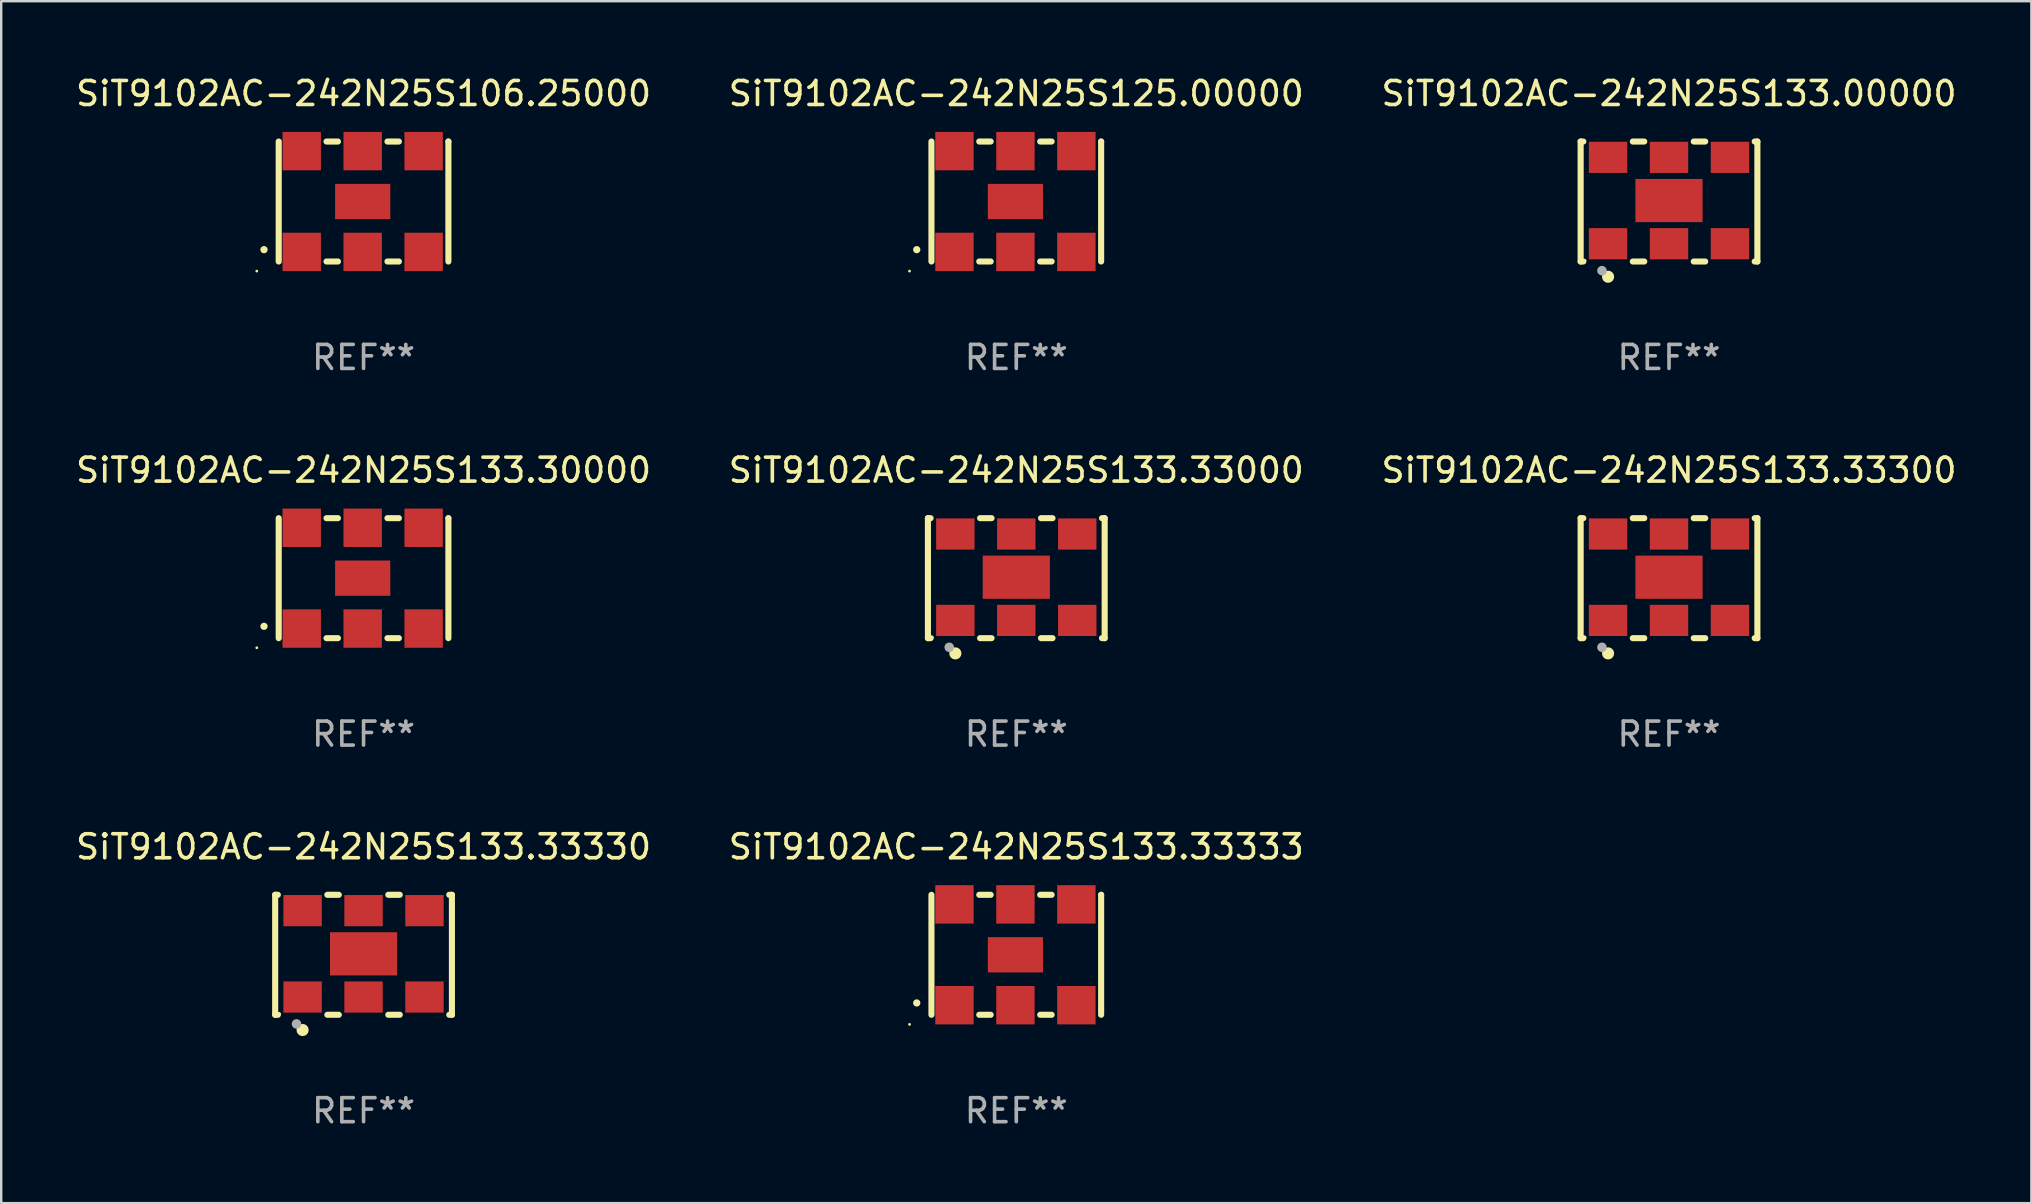
<source format=kicad_pcb>
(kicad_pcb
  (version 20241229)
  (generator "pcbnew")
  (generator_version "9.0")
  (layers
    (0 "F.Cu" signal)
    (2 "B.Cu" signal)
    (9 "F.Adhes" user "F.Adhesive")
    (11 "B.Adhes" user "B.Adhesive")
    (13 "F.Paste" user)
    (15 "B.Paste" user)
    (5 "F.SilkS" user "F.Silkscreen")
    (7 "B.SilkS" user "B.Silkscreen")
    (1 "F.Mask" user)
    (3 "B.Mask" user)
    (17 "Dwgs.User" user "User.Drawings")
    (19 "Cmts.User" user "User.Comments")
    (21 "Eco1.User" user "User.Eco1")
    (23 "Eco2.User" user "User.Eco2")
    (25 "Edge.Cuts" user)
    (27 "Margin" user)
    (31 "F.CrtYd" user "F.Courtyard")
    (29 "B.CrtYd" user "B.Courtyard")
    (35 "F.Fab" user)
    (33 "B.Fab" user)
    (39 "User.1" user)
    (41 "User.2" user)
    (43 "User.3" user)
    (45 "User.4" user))
  (footprint "SiT9102AC-242N25S125.00000"
    (layer "F.Cu")
    (at 39.304 5.348)
    (property "Reference" "SiT9102AC-242N25S125.00000" (at 0 -4.5 0) (layer "F.SilkS") (effects (font (size 1 1) (thickness 0.15))))
    (attr through_hole)
    (fp_line (start -3.536 -2.5) (end -3.536 2.5) (stroke (width 0.254) (type solid)) (layer "F.SilkS"))
    (fp_line (start -1.544 2.5) (end -1.067 2.5) (stroke (width 0.254) (type solid)) (layer "F.SilkS"))
    (fp_line (start -1.067 -2.5) (end -1.544 -2.5) (stroke (width 0.254) (type solid)) (layer "F.SilkS"))
    (fp_line (start 0.996 2.5) (end 1.473 2.5) (stroke (width 0.254) (type solid)) (layer "F.SilkS"))
    (fp_line (start 1.473 -2.5) (end 0.996 -2.5) (stroke (width 0.254) (type solid)) (layer "F.SilkS"))
    (fp_line (start 3.536 -2.5) (end 3.536 -2.5) (stroke (width 0.254) (type solid)) (layer "F.SilkS"))
    (fp_line (start 3.536 2.5) (end 3.536 -2.5) (stroke (width 0.254) (type solid)) (layer "F.SilkS"))
    (fp_arc (start -4.150432 2.006604) (mid -4.149162 2.006599) (end -4.147892 2.006604) (stroke (width 0.3) (type solid)) (layer "F.SilkS"))
    (fp_circle (center -4.449 2.9) (end -4.419 2.9) (stroke (width 0.06) (type solid)) (fill no) (layer "F.SilkS"))
    (fp_text user "REF**" (at 0 6.5 0) (layer "F.Fab") (effects (font (size 1 1) (thickness 0.15))))
    (pad "1" smd rect (at -2.576 2.1) (size 1.6 1.6) (layers "F.Cu" "F.Mask" "F.Paste"))
    (pad "2" smd rect (at -0.036 2.1) (size 1.6 1.6) (layers "F.Cu" "F.Mask" "F.Paste"))
    (pad "3" smd rect (at 2.504 2.1) (size 1.6 1.6) (layers "F.Cu" "F.Mask" "F.Paste"))
    (pad "4" smd rect (at 2.504 -2.1) (size 1.6 1.6) (layers "F.Cu" "F.Mask" "F.Paste"))
    (pad "5" smd rect (at -0.036 -2.1) (size 1.6 1.6) (layers "F.Cu" "F.Mask" "F.Paste"))
    (pad "6" smd rect (at -2.576 -2.1) (size 1.6 1.6) (layers "F.Cu" "F.Mask" "F.Paste"))
    (pad "7" smd rect (at -0.036 0) (size 2.3 1.47) (layers "F.Cu" "F.Mask" "F.Paste")))
  (footprint "SiT9102AC-242N25S133.33333"
    (layer "F.Cu")
    (at 39.304 36.741)
    (property "Reference" "SiT9102AC-242N25S133.33333" (at 0 -4.5 0) (layer "F.SilkS") (effects (font (size 1 1) (thickness 0.15))))
    (attr through_hole)
    (fp_line (start -3.536 -2.5) (end -3.536 2.5) (stroke (width 0.254) (type solid)) (layer "F.SilkS"))
    (fp_line (start -1.544 2.5) (end -1.067 2.5) (stroke (width 0.254) (type solid)) (layer "F.SilkS"))
    (fp_line (start -1.067 -2.5) (end -1.544 -2.5) (stroke (width 0.254) (type solid)) (layer "F.SilkS"))
    (fp_line (start 0.996 2.5) (end 1.473 2.5) (stroke (width 0.254) (type solid)) (layer "F.SilkS"))
    (fp_line (start 1.473 -2.5) (end 0.996 -2.5) (stroke (width 0.254) (type solid)) (layer "F.SilkS"))
    (fp_line (start 3.536 -2.5) (end 3.536 -2.5) (stroke (width 0.254) (type solid)) (layer "F.SilkS"))
    (fp_line (start 3.536 2.5) (end 3.536 -2.5) (stroke (width 0.254) (type solid)) (layer "F.SilkS"))
    (fp_arc (start -4.150432 2.006604) (mid -4.149162 2.006599) (end -4.147892 2.006604) (stroke (width 0.3) (type solid)) (layer "F.SilkS"))
    (fp_circle (center -4.449 2.9) (end -4.419 2.9) (stroke (width 0.06) (type solid)) (fill no) (layer "F.SilkS"))
    (fp_text user "REF**" (at 0 6.5 0) (layer "F.Fab") (effects (font (size 1 1) (thickness 0.15))))
    (pad "1" smd rect (at -2.576 2.1) (size 1.6 1.6) (layers "F.Cu" "F.Mask" "F.Paste"))
    (pad "2" smd rect (at -0.036 2.1) (size 1.6 1.6) (layers "F.Cu" "F.Mask" "F.Paste"))
    (pad "3" smd rect (at 2.504 2.1) (size 1.6 1.6) (layers "F.Cu" "F.Mask" "F.Paste"))
    (pad "4" smd rect (at 2.504 -2.1) (size 1.6 1.6) (layers "F.Cu" "F.Mask" "F.Paste"))
    (pad "5" smd rect (at -0.036 -2.1) (size 1.6 1.6) (layers "F.Cu" "F.Mask" "F.Paste"))
    (pad "6" smd rect (at -2.576 -2.1) (size 1.6 1.6) (layers "F.Cu" "F.Mask" "F.Paste"))
    (pad "7" smd rect (at -0.036 0) (size 2.3 1.47) (layers "F.Cu" "F.Mask" "F.Paste")))
  (footprint "SiT9102AC-242N25S133.00000"
    (layer "F.Cu")
    (at 66.506 5.348)
    (property "Reference" "SiT9102AC-242N25S133.00000" (at 0 -4.5 0) (layer "F.SilkS") (effects (font (size 1 1) (thickness 0.15))))
    (attr through_hole)
    (fp_line (start -3.683 -2.5) (end -3.571 -2.5) (stroke (width 0.254) (type solid)) (layer "F.SilkS"))
    (fp_line (start -3.683 2.5) (end -3.683 -2.5) (stroke (width 0.254) (type solid)) (layer "F.SilkS"))
    (fp_line (start -3.683 2.5) (end -3.571 2.5) (stroke (width 0.254) (type solid)) (layer "F.SilkS"))
    (fp_line (start -1.509 -2.5) (end -1.031 -2.5) (stroke (width 0.254) (type solid)) (layer "F.SilkS"))
    (fp_line (start -1.509 2.5) (end -1.031 2.5) (stroke (width 0.254) (type solid)) (layer "F.SilkS"))
    (fp_line (start 1.031 -2.5) (end 1.509 -2.5) (stroke (width 0.254) (type solid)) (layer "F.SilkS"))
    (fp_line (start 1.031 2.5) (end 1.509 2.5) (stroke (width 0.254) (type solid)) (layer "F.SilkS"))
    (fp_line (start 3.571 -2.5) (end 3.683 -2.5) (stroke (width 0.254) (type solid)) (layer "F.SilkS"))
    (fp_line (start 3.571 2.5) (end 3.683 2.5) (stroke (width 0.254) (type solid)) (layer "F.SilkS"))
    (fp_line (start 3.683 2.5) (end 3.683 -2.5) (stroke (width 0.254) (type solid)) (layer "F.SilkS"))
    (fp_circle (center -3.5 2.46) (end -3.47 2.46) (stroke (width 0.06) (type solid)) (fill no) (layer "F.SilkS"))
    (fp_circle (center -2.54 3.135) (end -2.413 3.135) (stroke (width 0.254) (type solid)) (fill no) (layer "F.SilkS"))
    (fp_circle (center -2.794 2.881) (end -2.694 2.881) (stroke (width 0.2) (type solid)) (fill no) (layer "F.Fab"))
    (fp_text user "REF**" (at 0 6.5 0) (layer "F.Fab") (effects (font (size 1 1) (thickness 0.15))))
    (pad "1" smd rect (at -2.54 1.76) (size 1.6 1.3) (layers "F.Cu" "F.Mask" "F.Paste"))
    (pad "2" smd rect (at 0 1.76) (size 1.6 1.3) (layers "F.Cu" "F.Mask" "F.Paste"))
    (pad "3" smd rect (at 2.54 1.76) (size 1.6 1.3) (layers "F.Cu" "F.Mask" "F.Paste"))
    (pad "4" smd rect (at 2.54 -1.84) (size 1.6 1.3) (layers "F.Cu" "F.Mask" "F.Paste"))
    (pad "5" smd rect (at 0 -1.84) (size 1.6 1.3) (layers "F.Cu" "F.Mask" "F.Paste"))
    (pad "6" smd rect (at -2.54 -1.84) (size 1.6 1.3) (layers "F.Cu" "F.Mask" "F.Paste"))
    (pad "7" smd rect (at 0 -0.04) (size 2.8 1.8) (layers "F.Cu" "F.Mask" "F.Paste")))
  (footprint "SiT9102AC-242N25S133.33330"
    (layer "F.Cu")
    (at 12.101 36.741)
    (property "Reference" "SiT9102AC-242N25S133.33330" (at 0 -4.5 0) (layer "F.SilkS") (effects (font (size 1 1) (thickness 0.15))))
    (attr through_hole)
    (fp_line (start -3.683 -2.5) (end -3.571 -2.5) (stroke (width 0.254) (type solid)) (layer "F.SilkS"))
    (fp_line (start -3.683 2.5) (end -3.683 -2.5) (stroke (width 0.254) (type solid)) (layer "F.SilkS"))
    (fp_line (start -3.683 2.5) (end -3.571 2.5) (stroke (width 0.254) (type solid)) (layer "F.SilkS"))
    (fp_line (start -1.509 -2.5) (end -1.031 -2.5) (stroke (width 0.254) (type solid)) (layer "F.SilkS"))
    (fp_line (start -1.509 2.5) (end -1.031 2.5) (stroke (width 0.254) (type solid)) (layer "F.SilkS"))
    (fp_line (start 1.031 -2.5) (end 1.509 -2.5) (stroke (width 0.254) (type solid)) (layer "F.SilkS"))
    (fp_line (start 1.031 2.5) (end 1.509 2.5) (stroke (width 0.254) (type solid)) (layer "F.SilkS"))
    (fp_line (start 3.571 -2.5) (end 3.683 -2.5) (stroke (width 0.254) (type solid)) (layer "F.SilkS"))
    (fp_line (start 3.571 2.5) (end 3.683 2.5) (stroke (width 0.254) (type solid)) (layer "F.SilkS"))
    (fp_line (start 3.683 2.5) (end 3.683 -2.5) (stroke (width 0.254) (type solid)) (layer "F.SilkS"))
    (fp_circle (center -3.5 2.46) (end -3.47 2.46) (stroke (width 0.06) (type solid)) (fill no) (layer "F.SilkS"))
    (fp_circle (center -2.54 3.135) (end -2.413 3.135) (stroke (width 0.254) (type solid)) (fill no) (layer "F.SilkS"))
    (fp_circle (center -2.794 2.881) (end -2.694 2.881) (stroke (width 0.2) (type solid)) (fill no) (layer "F.Fab"))
    (fp_text user "REF**" (at 0 6.5 0) (layer "F.Fab") (effects (font (size 1 1) (thickness 0.15))))
    (pad "1" smd rect (at -2.54 1.76) (size 1.6 1.3) (layers "F.Cu" "F.Mask" "F.Paste"))
    (pad "2" smd rect (at 0 1.76) (size 1.6 1.3) (layers "F.Cu" "F.Mask" "F.Paste"))
    (pad "3" smd rect (at 2.54 1.76) (size 1.6 1.3) (layers "F.Cu" "F.Mask" "F.Paste"))
    (pad "4" smd rect (at 2.54 -1.84) (size 1.6 1.3) (layers "F.Cu" "F.Mask" "F.Paste"))
    (pad "5" smd rect (at 0 -1.84) (size 1.6 1.3) (layers "F.Cu" "F.Mask" "F.Paste"))
    (pad "6" smd rect (at -2.54 -1.84) (size 1.6 1.3) (layers "F.Cu" "F.Mask" "F.Paste"))
    (pad "7" smd rect (at 0 -0.04) (size 2.8 1.8) (layers "F.Cu" "F.Mask" "F.Paste")))
  (footprint "SiT9102AC-242N25S106.25000"
    (layer "F.Cu")
    (at 12.101 5.348)
    (property "Reference" "SiT9102AC-242N25S106.25000" (at 0 -4.5 0) (layer "F.SilkS") (effects (font (size 1 1) (thickness 0.15))))
    (attr through_hole)
    (fp_line (start -3.536 -2.5) (end -3.536 2.5) (stroke (width 0.254) (type solid)) (layer "F.SilkS"))
    (fp_line (start -1.544 2.5) (end -1.067 2.5) (stroke (width 0.254) (type solid)) (layer "F.SilkS"))
    (fp_line (start -1.067 -2.5) (end -1.544 -2.5) (stroke (width 0.254) (type solid)) (layer "F.SilkS"))
    (fp_line (start 0.996 2.5) (end 1.473 2.5) (stroke (width 0.254) (type solid)) (layer "F.SilkS"))
    (fp_line (start 1.473 -2.5) (end 0.996 -2.5) (stroke (width 0.254) (type solid)) (layer "F.SilkS"))
    (fp_line (start 3.536 -2.5) (end 3.536 -2.5) (stroke (width 0.254) (type solid)) (layer "F.SilkS"))
    (fp_line (start 3.536 2.5) (end 3.536 -2.5) (stroke (width 0.254) (type solid)) (layer "F.SilkS"))
    (fp_arc (start -4.150432 2.006604) (mid -4.149162 2.006599) (end -4.147892 2.006604) (stroke (width 0.3) (type solid)) (layer "F.SilkS"))
    (fp_circle (center -4.449 2.9) (end -4.419 2.9) (stroke (width 0.06) (type solid)) (fill no) (layer "F.SilkS"))
    (fp_text user "REF**" (at 0 6.5 0) (layer "F.Fab") (effects (font (size 1 1) (thickness 0.15))))
    (pad "1" smd rect (at -2.576 2.1) (size 1.6 1.6) (layers "F.Cu" "F.Mask" "F.Paste"))
    (pad "2" smd rect (at -0.036 2.1) (size 1.6 1.6) (layers "F.Cu" "F.Mask" "F.Paste"))
    (pad "3" smd rect (at 2.504 2.1) (size 1.6 1.6) (layers "F.Cu" "F.Mask" "F.Paste"))
    (pad "4" smd rect (at 2.504 -2.1) (size 1.6 1.6) (layers "F.Cu" "F.Mask" "F.Paste"))
    (pad "5" smd rect (at -0.036 -2.1) (size 1.6 1.6) (layers "F.Cu" "F.Mask" "F.Paste"))
    (pad "6" smd rect (at -2.576 -2.1) (size 1.6 1.6) (layers "F.Cu" "F.Mask" "F.Paste"))
    (pad "7" smd rect (at -0.036 0) (size 2.3 1.47) (layers "F.Cu" "F.Mask" "F.Paste")))
  (footprint "SiT9102AC-242N25S133.30000"
    (layer "F.Cu")
    (at 12.101 21.045)
    (property "Reference" "SiT9102AC-242N25S133.30000" (at 0 -4.5 0) (layer "F.SilkS") (effects (font (size 1 1) (thickness 0.15))))
    (attr through_hole)
    (fp_line (start -3.536 -2.5) (end -3.536 2.5) (stroke (width 0.254) (type solid)) (layer "F.SilkS"))
    (fp_line (start -1.544 2.5) (end -1.067 2.5) (stroke (width 0.254) (type solid)) (layer "F.SilkS"))
    (fp_line (start -1.067 -2.5) (end -1.544 -2.5) (stroke (width 0.254) (type solid)) (layer "F.SilkS"))
    (fp_line (start 0.996 2.5) (end 1.473 2.5) (stroke (width 0.254) (type solid)) (layer "F.SilkS"))
    (fp_line (start 1.473 -2.5) (end 0.996 -2.5) (stroke (width 0.254) (type solid)) (layer "F.SilkS"))
    (fp_line (start 3.536 -2.5) (end 3.536 -2.5) (stroke (width 0.254) (type solid)) (layer "F.SilkS"))
    (fp_line (start 3.536 2.5) (end 3.536 -2.5) (stroke (width 0.254) (type solid)) (layer "F.SilkS"))
    (fp_arc (start -4.150432 2.006604) (mid -4.149162 2.006599) (end -4.147892 2.006604) (stroke (width 0.3) (type solid)) (layer "F.SilkS"))
    (fp_circle (center -4.449 2.9) (end -4.419 2.9) (stroke (width 0.06) (type solid)) (fill no) (layer "F.SilkS"))
    (fp_text user "REF**" (at 0 6.5 0) (layer "F.Fab") (effects (font (size 1 1) (thickness 0.15))))
    (pad "1" smd rect (at -2.576 2.1) (size 1.6 1.6) (layers "F.Cu" "F.Mask" "F.Paste"))
    (pad "2" smd rect (at -0.036 2.1) (size 1.6 1.6) (layers "F.Cu" "F.Mask" "F.Paste"))
    (pad "3" smd rect (at 2.504 2.1) (size 1.6 1.6) (layers "F.Cu" "F.Mask" "F.Paste"))
    (pad "4" smd rect (at 2.504 -2.1) (size 1.6 1.6) (layers "F.Cu" "F.Mask" "F.Paste"))
    (pad "5" smd rect (at -0.036 -2.1) (size 1.6 1.6) (layers "F.Cu" "F.Mask" "F.Paste"))
    (pad "6" smd rect (at -2.576 -2.1) (size 1.6 1.6) (layers "F.Cu" "F.Mask" "F.Paste"))
    (pad "7" smd rect (at -0.036 0) (size 2.3 1.47) (layers "F.Cu" "F.Mask" "F.Paste")))
  (footprint "SiT9102AC-242N25S133.33000"
    (layer "F.Cu")
    (at 39.304 21.045)
    (property "Reference" "SiT9102AC-242N25S133.33000" (at 0 -4.5 0) (layer "F.SilkS") (effects (font (size 1 1) (thickness 0.15))))
    (attr through_hole)
    (fp_line (start -3.683 -2.5) (end -3.571 -2.5) (stroke (width 0.254) (type solid)) (layer "F.SilkS"))
    (fp_line (start -3.683 2.5) (end -3.683 -2.5) (stroke (width 0.254) (type solid)) (layer "F.SilkS"))
    (fp_line (start -3.683 2.5) (end -3.571 2.5) (stroke (width 0.254) (type solid)) (layer "F.SilkS"))
    (fp_line (start -1.509 -2.5) (end -1.031 -2.5) (stroke (width 0.254) (type solid)) (layer "F.SilkS"))
    (fp_line (start -1.509 2.5) (end -1.031 2.5) (stroke (width 0.254) (type solid)) (layer "F.SilkS"))
    (fp_line (start 1.031 -2.5) (end 1.509 -2.5) (stroke (width 0.254) (type solid)) (layer "F.SilkS"))
    (fp_line (start 1.031 2.5) (end 1.509 2.5) (stroke (width 0.254) (type solid)) (layer "F.SilkS"))
    (fp_line (start 3.571 -2.5) (end 3.683 -2.5) (stroke (width 0.254) (type solid)) (layer "F.SilkS"))
    (fp_line (start 3.571 2.5) (end 3.683 2.5) (stroke (width 0.254) (type solid)) (layer "F.SilkS"))
    (fp_line (start 3.683 2.5) (end 3.683 -2.5) (stroke (width 0.254) (type solid)) (layer "F.SilkS"))
    (fp_circle (center -3.5 2.46) (end -3.47 2.46) (stroke (width 0.06) (type solid)) (fill no) (layer "F.SilkS"))
    (fp_circle (center -2.54 3.135) (end -2.413 3.135) (stroke (width 0.254) (type solid)) (fill no) (layer "F.SilkS"))
    (fp_circle (center -2.794 2.881) (end -2.694 2.881) (stroke (width 0.2) (type solid)) (fill no) (layer "F.Fab"))
    (fp_text user "REF**" (at 0 6.5 0) (layer "F.Fab") (effects (font (size 1 1) (thickness 0.15))))
    (pad "1" smd rect (at -2.54 1.76) (size 1.6 1.3) (layers "F.Cu" "F.Mask" "F.Paste"))
    (pad "2" smd rect (at 0 1.76) (size 1.6 1.3) (layers "F.Cu" "F.Mask" "F.Paste"))
    (pad "3" smd rect (at 2.54 1.76) (size 1.6 1.3) (layers "F.Cu" "F.Mask" "F.Paste"))
    (pad "4" smd rect (at 2.54 -1.84) (size 1.6 1.3) (layers "F.Cu" "F.Mask" "F.Paste"))
    (pad "5" smd rect (at 0 -1.84) (size 1.6 1.3) (layers "F.Cu" "F.Mask" "F.Paste"))
    (pad "6" smd rect (at -2.54 -1.84) (size 1.6 1.3) (layers "F.Cu" "F.Mask" "F.Paste"))
    (pad "7" smd rect (at 0 -0.04) (size 2.8 1.8) (layers "F.Cu" "F.Mask" "F.Paste")))
  (footprint "SiT9102AC-242N25S133.33300"
    (layer "F.Cu")
    (at 66.506 21.045)
    (property "Reference" "SiT9102AC-242N25S133.33300" (at 0 -4.5 0) (layer "F.SilkS") (effects (font (size 1 1) (thickness 0.15))))
    (attr through_hole)
    (fp_line (start -3.683 -2.5) (end -3.571 -2.5) (stroke (width 0.254) (type solid)) (layer "F.SilkS"))
    (fp_line (start -3.683 2.5) (end -3.683 -2.5) (stroke (width 0.254) (type solid)) (layer "F.SilkS"))
    (fp_line (start -3.683 2.5) (end -3.571 2.5) (stroke (width 0.254) (type solid)) (layer "F.SilkS"))
    (fp_line (start -1.509 -2.5) (end -1.031 -2.5) (stroke (width 0.254) (type solid)) (layer "F.SilkS"))
    (fp_line (start -1.509 2.5) (end -1.031 2.5) (stroke (width 0.254) (type solid)) (layer "F.SilkS"))
    (fp_line (start 1.031 -2.5) (end 1.509 -2.5) (stroke (width 0.254) (type solid)) (layer "F.SilkS"))
    (fp_line (start 1.031 2.5) (end 1.509 2.5) (stroke (width 0.254) (type solid)) (layer "F.SilkS"))
    (fp_line (start 3.571 -2.5) (end 3.683 -2.5) (stroke (width 0.254) (type solid)) (layer "F.SilkS"))
    (fp_line (start 3.571 2.5) (end 3.683 2.5) (stroke (width 0.254) (type solid)) (layer "F.SilkS"))
    (fp_line (start 3.683 2.5) (end 3.683 -2.5) (stroke (width 0.254) (type solid)) (layer "F.SilkS"))
    (fp_circle (center -3.5 2.46) (end -3.47 2.46) (stroke (width 0.06) (type solid)) (fill no) (layer "F.SilkS"))
    (fp_circle (center -2.54 3.135) (end -2.413 3.135) (stroke (width 0.254) (type solid)) (fill no) (layer "F.SilkS"))
    (fp_circle (center -2.794 2.881) (end -2.694 2.881) (stroke (width 0.2) (type solid)) (fill no) (layer "F.Fab"))
    (fp_text user "REF**" (at 0 6.5 0) (layer "F.Fab") (effects (font (size 1 1) (thickness 0.15))))
    (pad "1" smd rect (at -2.54 1.76) (size 1.6 1.3) (layers "F.Cu" "F.Mask" "F.Paste"))
    (pad "2" smd rect (at 0 1.76) (size 1.6 1.3) (layers "F.Cu" "F.Mask" "F.Paste"))
    (pad "3" smd rect (at 2.54 1.76) (size 1.6 1.3) (layers "F.Cu" "F.Mask" "F.Paste"))
    (pad "4" smd rect (at 2.54 -1.84) (size 1.6 1.3) (layers "F.Cu" "F.Mask" "F.Paste"))
    (pad "5" smd rect (at 0 -1.84) (size 1.6 1.3) (layers "F.Cu" "F.Mask" "F.Paste"))
    (pad "6" smd rect (at -2.54 -1.84) (size 1.6 1.3) (layers "F.Cu" "F.Mask" "F.Paste"))
    (pad "7" smd rect (at 0 -0.04) (size 2.8 1.8) (layers "F.Cu" "F.Mask" "F.Paste")))
  (gr_rect
    (start -3 -3)
    (end 81.607 47.09)
    (stroke (width 0.1) (type default))
    (fill no)
    (layer "Edge.Cuts")))
</source>
